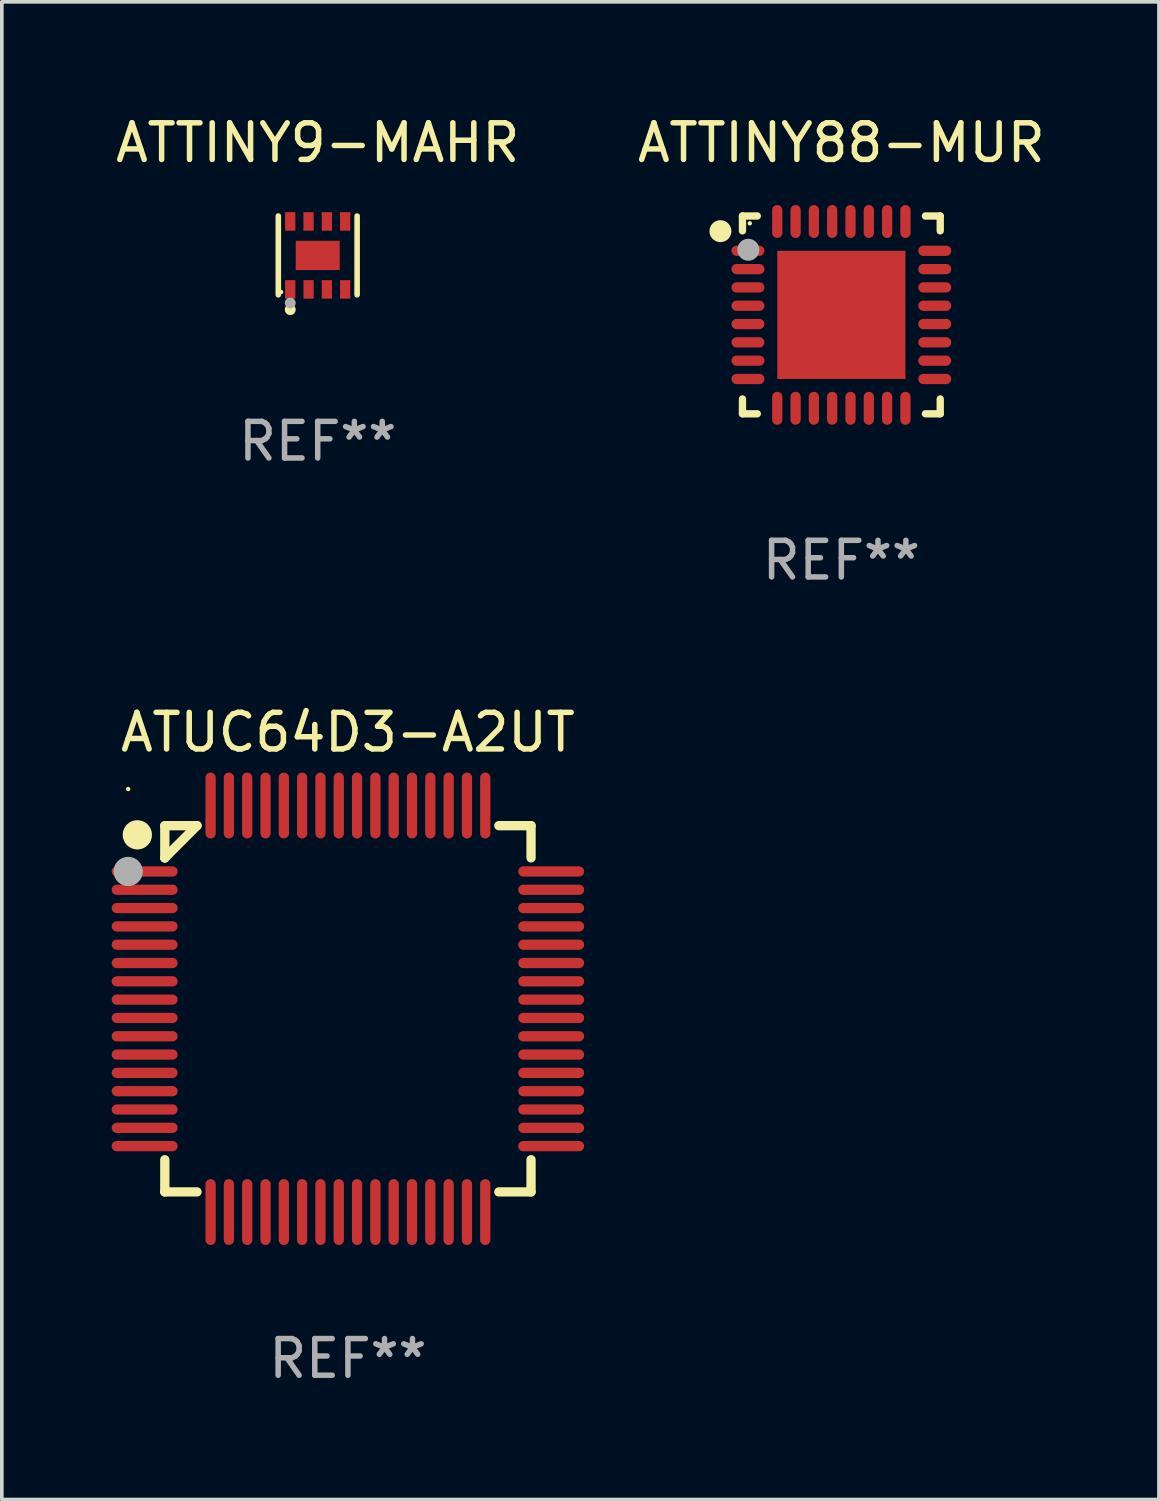
<source format=kicad_pcb>
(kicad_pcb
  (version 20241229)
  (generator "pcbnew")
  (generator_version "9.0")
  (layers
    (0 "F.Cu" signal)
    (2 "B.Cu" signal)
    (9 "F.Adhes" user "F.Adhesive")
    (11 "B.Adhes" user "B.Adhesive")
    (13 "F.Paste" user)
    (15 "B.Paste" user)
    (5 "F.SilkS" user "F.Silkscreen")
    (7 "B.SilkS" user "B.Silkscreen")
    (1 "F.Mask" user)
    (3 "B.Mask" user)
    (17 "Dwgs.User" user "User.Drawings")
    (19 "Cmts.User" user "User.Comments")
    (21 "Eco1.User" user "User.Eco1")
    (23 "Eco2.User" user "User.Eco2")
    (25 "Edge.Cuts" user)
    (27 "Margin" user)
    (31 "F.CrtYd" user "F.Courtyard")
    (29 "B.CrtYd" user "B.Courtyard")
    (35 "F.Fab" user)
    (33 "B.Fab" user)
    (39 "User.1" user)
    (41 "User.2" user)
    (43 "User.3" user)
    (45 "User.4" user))
  (footprint "ATUC64D3-A2UT"
    (layer "F.Cu")
    (at 6.45 24.495)
    (property "Reference" "ATUC64D3-A2UT" (at 0 -7.55 0) (layer "F.SilkS") (effects (font (size 1 1) (thickness 0.15))))
    (attr through_hole)
    (fp_line (start -5 -5) (end -4.121 -5) (stroke (width 0.254) (type solid)) (layer "F.SilkS"))
    (fp_line (start -5 -4.121) (end -5 -5) (stroke (width 0.254) (type solid)) (layer "F.SilkS"))
    (fp_line (start -5 -4.121) (end -5 -4.121) (stroke (width 0.254) (type solid)) (layer "F.SilkS"))
    (fp_line (start -5 -4.121) (end -4.121 -5) (stroke (width 0.254) (type solid)) (layer "F.SilkS"))
    (fp_line (start -5 5) (end -5 4.121) (stroke (width 0.254) (type solid)) (layer "F.SilkS"))
    (fp_line (start -4.121 5) (end -5 5) (stroke (width 0.254) (type solid)) (layer "F.SilkS"))
    (fp_line (start 4.121 -5) (end 5 -5) (stroke (width 0.254) (type solid)) (layer "F.SilkS"))
    (fp_line (start 5 -5) (end 5 -4.121) (stroke (width 0.254) (type solid)) (layer "F.SilkS"))
    (fp_line (start 5 4.121) (end 5 5) (stroke (width 0.254) (type solid)) (layer "F.SilkS"))
    (fp_line (start 5 5) (end 4.121 5) (stroke (width 0.254) (type solid)) (layer "F.SilkS"))
    (fp_circle (center -6 -6) (end -5.97 -6) (stroke (width 0.06) (type solid)) (fill no) (layer "F.SilkS"))
    (fp_circle (center -5.75 -4.75) (end -5.55 -4.75) (stroke (width 0.4) (type solid)) (fill no) (layer "F.SilkS"))
    (fp_circle (center -6 -3.75) (end -5.8 -3.75) (stroke (width 0.4) (type solid)) (fill no) (layer "F.Fab"))
    (fp_text user "REF**" (at 0 9.55 0) (layer "F.Fab") (effects (font (size 1 1) (thickness 0.15))))
    (pad "1" smd oval (at -5.55 -3.75 90) (size 0.28 1.8) (layers "F.Cu" "F.Mask" "F.Paste"))
    (pad "2" smd oval (at -5.55 -3.25 90) (size 0.28 1.8) (layers "F.Cu" "F.Mask" "F.Paste"))
    (pad "3" smd oval (at -5.55 -2.75 90) (size 0.28 1.8) (layers "F.Cu" "F.Mask" "F.Paste"))
    (pad "4" smd oval (at -5.55 -2.25 90) (size 0.28 1.8) (layers "F.Cu" "F.Mask" "F.Paste"))
    (pad "5" smd oval (at -5.55 -1.75 90) (size 0.28 1.8) (layers "F.Cu" "F.Mask" "F.Paste"))
    (pad "6" smd oval (at -5.55 -1.25 90) (size 0.28 1.8) (layers "F.Cu" "F.Mask" "F.Paste"))
    (pad "7" smd oval (at -5.55 -0.75 90) (size 0.28 1.8) (layers "F.Cu" "F.Mask" "F.Paste"))
    (pad "8" smd oval (at -5.55 -0.25 90) (size 0.28 1.8) (layers "F.Cu" "F.Mask" "F.Paste"))
    (pad "9" smd oval (at -5.55 0.25 90) (size 0.28 1.8) (layers "F.Cu" "F.Mask" "F.Paste"))
    (pad "10" smd oval (at -5.55 0.75 90) (size 0.28 1.8) (layers "F.Cu" "F.Mask" "F.Paste"))
    (pad "11" smd oval (at -5.55 1.25 90) (size 0.28 1.8) (layers "F.Cu" "F.Mask" "F.Paste"))
    (pad "12" smd oval (at -5.55 1.75 90) (size 0.28 1.8) (layers "F.Cu" "F.Mask" "F.Paste"))
    (pad "13" smd oval (at -5.55 2.25 90) (size 0.28 1.8) (layers "F.Cu" "F.Mask" "F.Paste"))
    (pad "14" smd oval (at -5.55 2.75 90) (size 0.28 1.8) (layers "F.Cu" "F.Mask" "F.Paste"))
    (pad "15" smd oval (at -5.55 3.25 90) (size 0.28 1.8) (layers "F.Cu" "F.Mask" "F.Paste"))
    (pad "16" smd oval (at -5.55 3.75 90) (size 0.28 1.8) (layers "F.Cu" "F.Mask" "F.Paste"))
    (pad "17" smd oval (at -3.75 5.55) (size 0.28 1.8) (layers "F.Cu" "F.Mask" "F.Paste"))
    (pad "18" smd oval (at -3.25 5.55) (size 0.28 1.8) (layers "F.Cu" "F.Mask" "F.Paste"))
    (pad "19" smd oval (at -2.75 5.55) (size 0.28 1.8) (layers "F.Cu" "F.Mask" "F.Paste"))
    (pad "20" smd oval (at -2.25 5.55) (size 0.28 1.8) (layers "F.Cu" "F.Mask" "F.Paste"))
    (pad "21" smd oval (at -1.75 5.55) (size 0.28 1.8) (layers "F.Cu" "F.Mask" "F.Paste"))
    (pad "22" smd oval (at -1.25 5.55) (size 0.28 1.8) (layers "F.Cu" "F.Mask" "F.Paste"))
    (pad "23" smd oval (at -0.75 5.55) (size 0.28 1.8) (layers "F.Cu" "F.Mask" "F.Paste"))
    (pad "24" smd oval (at -0.25 5.55) (size 0.28 1.8) (layers "F.Cu" "F.Mask" "F.Paste"))
    (pad "25" smd oval (at 0.25 5.55) (size 0.28 1.8) (layers "F.Cu" "F.Mask" "F.Paste"))
    (pad "26" smd oval (at 0.75 5.55) (size 0.28 1.8) (layers "F.Cu" "F.Mask" "F.Paste"))
    (pad "27" smd oval (at 1.25 5.55) (size 0.28 1.8) (layers "F.Cu" "F.Mask" "F.Paste"))
    (pad "28" smd oval (at 1.75 5.55) (size 0.28 1.8) (layers "F.Cu" "F.Mask" "F.Paste"))
    (pad "29" smd oval (at 2.25 5.55) (size 0.28 1.8) (layers "F.Cu" "F.Mask" "F.Paste"))
    (pad "30" smd oval (at 2.75 5.55) (size 0.28 1.8) (layers "F.Cu" "F.Mask" "F.Paste"))
    (pad "31" smd oval (at 3.25 5.55) (size 0.28 1.8) (layers "F.Cu" "F.Mask" "F.Paste"))
    (pad "32" smd oval (at 3.75 5.55) (size 0.28 1.8) (layers "F.Cu" "F.Mask" "F.Paste"))
    (pad "33" smd oval (at 5.55 3.75 90) (size 0.28 1.8) (layers "F.Cu" "F.Mask" "F.Paste"))
    (pad "34" smd oval (at 5.55 3.25 90) (size 0.28 1.8) (layers "F.Cu" "F.Mask" "F.Paste"))
    (pad "35" smd oval (at 5.55 2.75 90) (size 0.28 1.8) (layers "F.Cu" "F.Mask" "F.Paste"))
    (pad "36" smd oval (at 5.55 2.25 90) (size 0.28 1.8) (layers "F.Cu" "F.Mask" "F.Paste"))
    (pad "37" smd oval (at 5.55 1.75 90) (size 0.28 1.8) (layers "F.Cu" "F.Mask" "F.Paste"))
    (pad "38" smd oval (at 5.55 1.25 90) (size 0.28 1.8) (layers "F.Cu" "F.Mask" "F.Paste"))
    (pad "39" smd oval (at 5.55 0.75 90) (size 0.28 1.8) (layers "F.Cu" "F.Mask" "F.Paste"))
    (pad "40" smd oval (at 5.55 0.25 90) (size 0.28 1.8) (layers "F.Cu" "F.Mask" "F.Paste"))
    (pad "41" smd oval (at 5.55 -0.25 90) (size 0.28 1.8) (layers "F.Cu" "F.Mask" "F.Paste"))
    (pad "42" smd oval (at 5.55 -0.75 90) (size 0.28 1.8) (layers "F.Cu" "F.Mask" "F.Paste"))
    (pad "43" smd oval (at 5.55 -1.25 90) (size 0.28 1.8) (layers "F.Cu" "F.Mask" "F.Paste"))
    (pad "44" smd oval (at 5.55 -1.75 90) (size 0.28 1.8) (layers "F.Cu" "F.Mask" "F.Paste"))
    (pad "45" smd oval (at 5.55 -2.25 90) (size 0.28 1.8) (layers "F.Cu" "F.Mask" "F.Paste"))
    (pad "46" smd oval (at 5.55 -2.75 90) (size 0.28 1.8) (layers "F.Cu" "F.Mask" "F.Paste"))
    (pad "47" smd oval (at 5.55 -3.25 90) (size 0.28 1.8) (layers "F.Cu" "F.Mask" "F.Paste"))
    (pad "48" smd oval (at 5.55 -3.75 90) (size 0.28 1.8) (layers "F.Cu" "F.Mask" "F.Paste"))
    (pad "49" smd oval (at 3.75 -5.55) (size 0.28 1.8) (layers "F.Cu" "F.Mask" "F.Paste"))
    (pad "50" smd oval (at 3.25 -5.55) (size 0.28 1.8) (layers "F.Cu" "F.Mask" "F.Paste"))
    (pad "51" smd oval (at 2.75 -5.55) (size 0.28 1.8) (layers "F.Cu" "F.Mask" "F.Paste"))
    (pad "52" smd oval (at 2.25 -5.55) (size 0.28 1.8) (layers "F.Cu" "F.Mask" "F.Paste"))
    (pad "53" smd oval (at 1.75 -5.55) (size 0.28 1.8) (layers "F.Cu" "F.Mask" "F.Paste"))
    (pad "54" smd oval (at 1.25 -5.55) (size 0.28 1.8) (layers "F.Cu" "F.Mask" "F.Paste"))
    (pad "55" smd oval (at 0.75 -5.55) (size 0.28 1.8) (layers "F.Cu" "F.Mask" "F.Paste"))
    (pad "56" smd oval (at 0.25 -5.55) (size 0.28 1.8) (layers "F.Cu" "F.Mask" "F.Paste"))
    (pad "57" smd oval (at -0.25 -5.55) (size 0.28 1.8) (layers "F.Cu" "F.Mask" "F.Paste"))
    (pad "58" smd oval (at -0.75 -5.55) (size 0.28 1.8) (layers "F.Cu" "F.Mask" "F.Paste"))
    (pad "59" smd oval (at -1.25 -5.55) (size 0.28 1.8) (layers "F.Cu" "F.Mask" "F.Paste"))
    (pad "60" smd oval (at -1.75 -5.55) (size 0.28 1.8) (layers "F.Cu" "F.Mask" "F.Paste"))
    (pad "61" smd oval (at -2.25 -5.55) (size 0.28 1.8) (layers "F.Cu" "F.Mask" "F.Paste"))
    (pad "62" smd oval (at -2.75 -5.55) (size 0.28 1.8) (layers "F.Cu" "F.Mask" "F.Paste"))
    (pad "63" smd oval (at -3.25 -5.55) (size 0.28 1.8) (layers "F.Cu" "F.Mask" "F.Paste"))
    (pad "64" smd oval (at -3.75 -5.55) (size 0.28 1.8) (layers "F.Cu" "F.Mask" "F.Paste")))
  (footprint "ATTINY88-MUR"
    (layer "F.Cu")
    (at 19.923 5.548)
    (property "Reference" "ATTINY88-MUR" (at 0 -4.7 0) (layer "F.SilkS") (effects (font (size 1 1) (thickness 0.15))))
    (attr through_hole)
    (fp_line (start -2.7 -2.7) (end -2.295 -2.7) (stroke (width 0.2) (type solid)) (layer "F.SilkS"))
    (fp_line (start -2.7 -2.295) (end -2.7 -2.7) (stroke (width 0.2) (type solid)) (layer "F.SilkS"))
    (fp_line (start -2.7 2.295) (end -2.7 2.7) (stroke (width 0.2) (type solid)) (layer "F.SilkS"))
    (fp_line (start -2.7 2.7) (end -2.295 2.7) (stroke (width 0.2) (type solid)) (layer "F.SilkS"))
    (fp_line (start 2.295 -2.7) (end 2.7 -2.7) (stroke (width 0.2) (type solid)) (layer "F.SilkS"))
    (fp_line (start 2.295 2.7) (end 2.7 2.7) (stroke (width 0.2) (type solid)) (layer "F.SilkS"))
    (fp_line (start 2.7 -2.7) (end 2.7 -2.295) (stroke (width 0.2) (type solid)) (layer "F.SilkS"))
    (fp_line (start 2.7 2.7) (end 2.7 2.295) (stroke (width 0.2) (type solid)) (layer "F.SilkS"))
    (fp_circle (center -3.302 -2.286) (end -3.152 -2.286) (stroke (width 0.3) (type solid)) (fill no) (layer "F.SilkS"))
    (fp_circle (center -2.5 -2.5) (end -2.47 -2.5) (stroke (width 0.06) (type solid)) (fill no) (layer "F.SilkS"))
    (fp_circle (center -2.54 -1.778) (end -2.39 -1.778) (stroke (width 0.3) (type solid)) (fill no) (layer "F.Fab"))
    (fp_text user "REF**" (at 0 6.7 0) (layer "F.Fab") (effects (font (size 1 1) (thickness 0.15))))
    (pad "1" smd oval (at -2.55 -1.75 90) (size 0.28 0.9) (layers "F.Cu" "F.Mask" "F.Paste"))
    (pad "2" smd oval (at -2.55 -1.25 90) (size 0.28 0.9) (layers "F.Cu" "F.Mask" "F.Paste"))
    (pad "3" smd oval (at -2.55 -0.75 90) (size 0.28 0.9) (layers "F.Cu" "F.Mask" "F.Paste"))
    (pad "4" smd oval (at -2.55 -0.25 90) (size 0.28 0.9) (layers "F.Cu" "F.Mask" "F.Paste"))
    (pad "5" smd oval (at -2.55 0.25 90) (size 0.28 0.9) (layers "F.Cu" "F.Mask" "F.Paste"))
    (pad "6" smd oval (at -2.55 0.75 90) (size 0.28 0.9) (layers "F.Cu" "F.Mask" "F.Paste"))
    (pad "7" smd oval (at -2.55 1.25 90) (size 0.28 0.9) (layers "F.Cu" "F.Mask" "F.Paste"))
    (pad "8" smd oval (at -2.55 1.75 90) (size 0.28 0.9) (layers "F.Cu" "F.Mask" "F.Paste"))
    (pad "9" smd oval (at -1.75 2.55) (size 0.28 0.9) (layers "F.Cu" "F.Mask" "F.Paste"))
    (pad "10" smd oval (at -1.25 2.55) (size 0.28 0.9) (layers "F.Cu" "F.Mask" "F.Paste"))
    (pad "11" smd oval (at -0.75 2.55) (size 0.28 0.9) (layers "F.Cu" "F.Mask" "F.Paste"))
    (pad "12" smd oval (at -0.25 2.55) (size 0.28 0.9) (layers "F.Cu" "F.Mask" "F.Paste"))
    (pad "13" smd oval (at 0.25 2.55) (size 0.28 0.9) (layers "F.Cu" "F.Mask" "F.Paste"))
    (pad "14" smd oval (at 0.75 2.55) (size 0.28 0.9) (layers "F.Cu" "F.Mask" "F.Paste"))
    (pad "15" smd oval (at 1.25 2.55) (size 0.28 0.9) (layers "F.Cu" "F.Mask" "F.Paste"))
    (pad "16" smd oval (at 1.75 2.55) (size 0.28 0.9) (layers "F.Cu" "F.Mask" "F.Paste"))
    (pad "17" smd oval (at 2.55 1.75 90) (size 0.28 0.9) (layers "F.Cu" "F.Mask" "F.Paste"))
    (pad "18" smd oval (at 2.55 1.25 90) (size 0.28 0.9) (layers "F.Cu" "F.Mask" "F.Paste"))
    (pad "19" smd oval (at 2.55 0.75 90) (size 0.28 0.9) (layers "F.Cu" "F.Mask" "F.Paste"))
    (pad "20" smd oval (at 2.55 0.25 90) (size 0.28 0.9) (layers "F.Cu" "F.Mask" "F.Paste"))
    (pad "21" smd oval (at 2.55 -0.25 90) (size 0.28 0.9) (layers "F.Cu" "F.Mask" "F.Paste"))
    (pad "22" smd oval (at 2.55 -0.75 90) (size 0.28 0.9) (layers "F.Cu" "F.Mask" "F.Paste"))
    (pad "23" smd oval (at 2.55 -1.25 90) (size 0.28 0.9) (layers "F.Cu" "F.Mask" "F.Paste"))
    (pad "24" smd oval (at 2.55 -1.75 90) (size 0.28 0.9) (layers "F.Cu" "F.Mask" "F.Paste"))
    (pad "25" smd oval (at 1.75 -2.55) (size 0.28 0.9) (layers "F.Cu" "F.Mask" "F.Paste"))
    (pad "26" smd oval (at 1.25 -2.55) (size 0.28 0.9) (layers "F.Cu" "F.Mask" "F.Paste"))
    (pad "27" smd oval (at 0.75 -2.55) (size 0.28 0.9) (layers "F.Cu" "F.Mask" "F.Paste"))
    (pad "28" smd oval (at 0.25 -2.55) (size 0.28 0.9) (layers "F.Cu" "F.Mask" "F.Paste"))
    (pad "29" smd oval (at -0.25 -2.55) (size 0.28 0.9) (layers "F.Cu" "F.Mask" "F.Paste"))
    (pad "30" smd oval (at -0.75 -2.55) (size 0.28 0.9) (layers "F.Cu" "F.Mask" "F.Paste"))
    (pad "31" smd oval (at -1.25 -2.55) (size 0.28 0.9) (layers "F.Cu" "F.Mask" "F.Paste"))
    (pad "32" smd oval (at -1.75 -2.55) (size 0.28 0.9) (layers "F.Cu" "F.Mask" "F.Paste"))
    (pad "33" smd rect (at 0 0) (size 3.5 3.5) (layers "F.Cu" "F.Mask" "F.Paste")))
  (footprint "ATTINY9-MAHR"
    (layer "F.Cu")
    (at 5.625 3.924)
    (property "Reference" "ATTINY9-MAHR" (at 0 -3.076 0) (layer "F.SilkS") (effects (font (size 1 1) (thickness 0.15))))
    (attr through_hole)
    (fp_line (start -1.076 1.076) (end -1.076 -1.076) (stroke (width 0.152) (type solid)) (layer "F.SilkS"))
    (fp_line (start 1.076 1.076) (end 1.076 -1.076) (stroke (width 0.152) (type solid)) (layer "F.SilkS"))
    (fp_circle (center -1 1) (end -0.97 1) (stroke (width 0.06) (type solid)) (fill no) (layer "F.SilkS"))
    (fp_circle (center -0.75 1.48) (end -0.675 1.48) (stroke (width 0.15) (type solid)) (fill no) (layer "F.SilkS"))
    (fp_circle (center -0.75 1.3) (end -0.675 1.3) (stroke (width 0.15) (type solid)) (fill no) (layer "F.Fab"))
    (fp_text user "REF**" (at 0 5.076 0) (layer "F.Fab") (effects (font (size 1 1) (thickness 0.15))))
    (pad "1" smd rect (at -0.75 0.928) (size 0.28 0.505) (layers "F.Cu" "F.Mask" "F.Paste"))
    (pad "2" smd rect (at -0.25 0.928) (size 0.28 0.505) (layers "F.Cu" "F.Mask" "F.Paste"))
    (pad "3" smd rect (at 0.25 0.928) (size 0.28 0.505) (layers "F.Cu" "F.Mask" "F.Paste"))
    (pad "4" smd rect (at 0.75 0.928) (size 0.28 0.505) (layers "F.Cu" "F.Mask" "F.Paste"))
    (pad "5" smd rect (at 0.75 -0.928) (size 0.28 0.505) (layers "F.Cu" "F.Mask" "F.Paste"))
    (pad "6" smd rect (at 0.25 -0.928) (size 0.28 0.505) (layers "F.Cu" "F.Mask" "F.Paste"))
    (pad "7" smd rect (at -0.25 -0.928) (size 0.28 0.505) (layers "F.Cu" "F.Mask" "F.Paste"))
    (pad "8" smd rect (at -0.75 -0.928) (size 0.28 0.505) (layers "F.Cu" "F.Mask" "F.Paste"))
    (pad "9" smd rect (at 0 0) (size 1.2 0.8) (layers "F.Cu" "F.Mask" "F.Paste")))
  (gr_rect
    (start -3 -3)
    (end 28.595 37.893)
    (stroke (width 0.1) (type default))
    (fill no)
    (layer "Edge.Cuts")))
</source>
